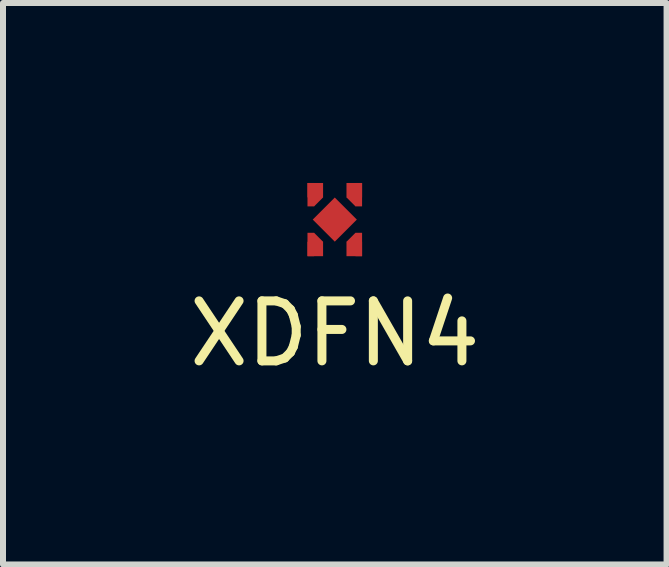
<source format=kicad_pcb>
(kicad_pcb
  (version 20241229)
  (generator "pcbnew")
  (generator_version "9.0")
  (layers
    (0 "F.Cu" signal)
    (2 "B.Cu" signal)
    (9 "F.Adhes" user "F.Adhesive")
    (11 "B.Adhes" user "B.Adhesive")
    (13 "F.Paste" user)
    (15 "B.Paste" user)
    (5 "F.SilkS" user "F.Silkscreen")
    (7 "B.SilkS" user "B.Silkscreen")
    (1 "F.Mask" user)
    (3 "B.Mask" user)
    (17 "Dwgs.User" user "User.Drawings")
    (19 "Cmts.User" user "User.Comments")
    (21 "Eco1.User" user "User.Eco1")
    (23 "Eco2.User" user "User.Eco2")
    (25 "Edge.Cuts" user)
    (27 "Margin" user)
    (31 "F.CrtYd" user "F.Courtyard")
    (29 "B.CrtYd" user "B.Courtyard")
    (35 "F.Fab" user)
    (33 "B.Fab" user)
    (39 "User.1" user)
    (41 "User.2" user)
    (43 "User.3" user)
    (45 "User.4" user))
  (footprint "XDFN4"
    (layer "F.Cu")
    (at 2.53 0.61)
    (property "Reference" "XDFN4" (at 0 1.9 0) (layer "F.SilkS") (effects (font (size 1 1) (thickness 0.15))))
    (attr through_hole)
    (pad "1" smd rect (at 0.311 -0.336 45) (size 0.116 0.212) (layers "F.Cu" "F.Mask" "F.Paste"))
    (pad "1" smd rect (at 0.325 -0.49) (size 0.26 0.24) (layers "F.Cu" "F.Mask" "F.Paste"))
    (pad "1" smd rect (at 0.4 -0.415) (size 0.11 0.39) (layers "F.Cu" "F.Mask" "F.Paste"))
    (pad "2" smd rect (at -0.4 -0.415) (size 0.11 0.39) (layers "F.Cu" "F.Mask" "F.Paste"))
    (pad "2" smd rect (at -0.325 -0.49) (size 0.26 0.24) (layers "F.Cu" "F.Mask" "F.Paste"))
    (pad "2" smd rect (at -0.311 -0.336 135) (size 0.116 0.212) (layers "F.Cu" "F.Mask" "F.Paste"))
    (pad "3" smd rect (at -0.4 0.415) (size 0.11 0.39) (layers "F.Cu" "F.Mask" "F.Paste"))
    (pad "3" smd rect (at -0.325 0.49) (size 0.26 0.24) (layers "F.Cu" "F.Mask" "F.Paste"))
    (pad "3" smd rect (at -0.311 0.336 45) (size 0.116 0.212) (layers "F.Cu" "F.Mask" "F.Paste"))
    (pad "4" smd rect (at 0.311 0.336 135) (size 0.116 0.212) (layers "F.Cu" "F.Mask" "F.Paste"))
    (pad "4" smd rect (at 0.325 0.49) (size 0.26 0.24) (layers "F.Cu" "F.Mask" "F.Paste"))
    (pad "4" smd rect (at 0.4 0.415) (size 0.11 0.39) (layers "F.Cu" "F.Mask" "F.Paste"))
    (pad "5" smd rect (at 0 0 45) (size 0.52 0.52) (layers "F.Cu" "F.Mask" "F.Paste")))
  (gr_rect
    (start -3 -3)
    (end 8.06 6.358)
    (stroke (width 0.1) (type default))
    (fill no)
    (layer "Edge.Cuts")))
</source>
